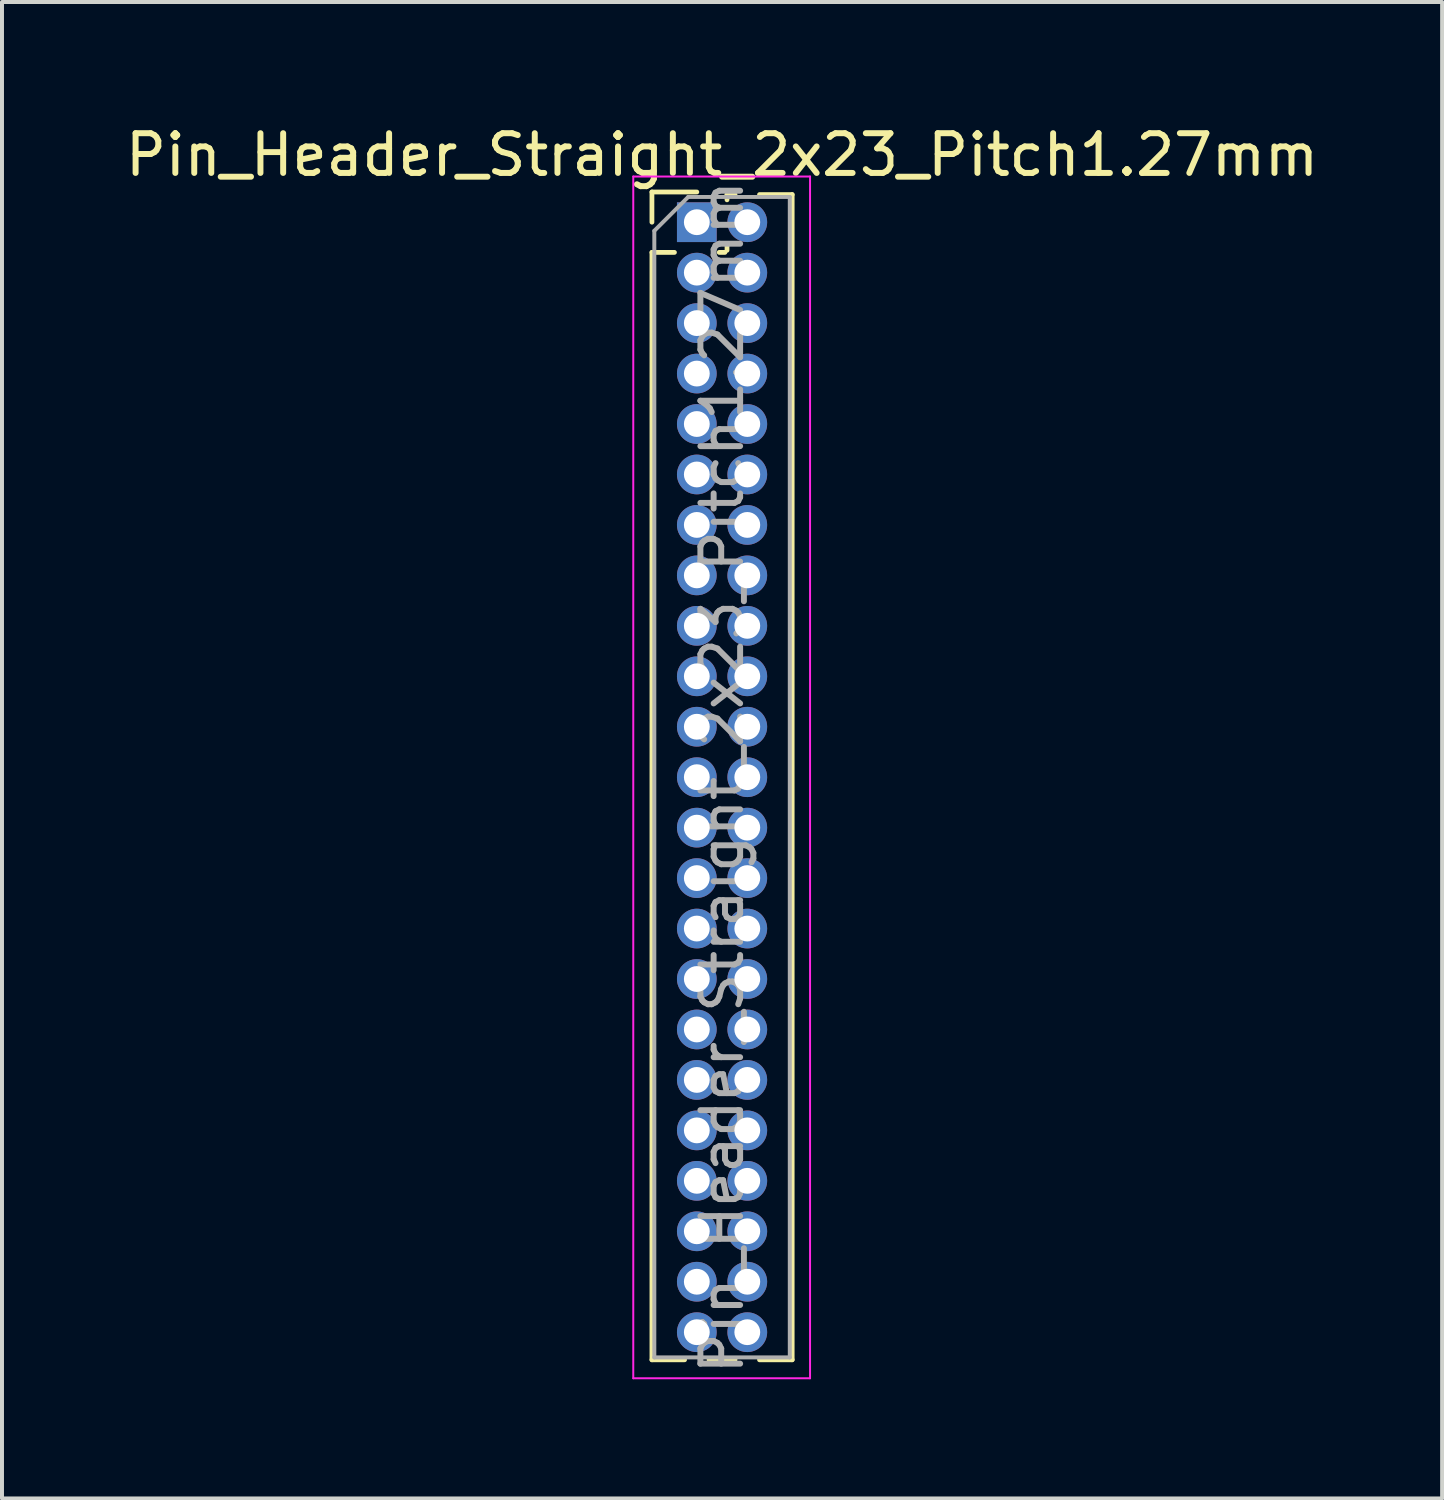
<source format=kicad_pcb>
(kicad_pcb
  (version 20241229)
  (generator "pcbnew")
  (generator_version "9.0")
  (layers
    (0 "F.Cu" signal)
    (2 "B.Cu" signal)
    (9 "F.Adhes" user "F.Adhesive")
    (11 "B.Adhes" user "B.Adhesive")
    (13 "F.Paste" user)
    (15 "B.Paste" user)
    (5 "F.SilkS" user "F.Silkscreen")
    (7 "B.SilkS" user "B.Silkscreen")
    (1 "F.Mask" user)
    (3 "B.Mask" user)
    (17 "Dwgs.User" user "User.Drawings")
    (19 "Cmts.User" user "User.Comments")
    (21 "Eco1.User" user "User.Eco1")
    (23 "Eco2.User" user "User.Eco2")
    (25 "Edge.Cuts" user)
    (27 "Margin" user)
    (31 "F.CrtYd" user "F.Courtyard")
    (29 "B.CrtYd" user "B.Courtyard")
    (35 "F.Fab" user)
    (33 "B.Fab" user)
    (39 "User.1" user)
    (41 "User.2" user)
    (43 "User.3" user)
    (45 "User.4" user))
  (footprint "Pin_Header_Straight_2x23_Pitch1.27mm"
    (layer "F.Cu")
    (at 14.49 2.543)
    (property "Reference" "Pin_Header_Straight_2x23_Pitch1.27mm" (at 0.635 -1.695 0) (layer "F.SilkS") (effects (font (size 1 1) (thickness 0.15))))
    (attr through_hole)
    (fp_line (start -1.13 -0.76) (end 0 -0.76) (stroke (width 0.12) (type solid)) (layer "F.SilkS"))
    (fp_line (start -1.13 0) (end -1.13 -0.76) (stroke (width 0.12) (type solid)) (layer "F.SilkS"))
    (fp_line (start -1.13 0.76) (end -1.13 28.635) (stroke (width 0.12) (type solid)) (layer "F.SilkS"))
    (fp_line (start -1.13 0.76) (end -0.563 0.76) (stroke (width 0.12) (type solid)) (layer "F.SilkS"))
    (fp_line (start -1.13 28.635) (end -0.308 28.635) (stroke (width 0.12) (type solid)) (layer "F.SilkS"))
    (fp_line (start 0.308 28.635) (end 0.962 28.635) (stroke (width 0.12) (type solid)) (layer "F.SilkS"))
    (fp_line (start 0.563 0.76) (end 0.707 0.76) (stroke (width 0.12) (type solid)) (layer "F.SilkS"))
    (fp_line (start 0.76 -0.695) (end 0.962 -0.695) (stroke (width 0.12) (type solid)) (layer "F.SilkS"))
    (fp_line (start 0.76 -0.563) (end 0.76 -0.695) (stroke (width 0.12) (type solid)) (layer "F.SilkS"))
    (fp_line (start 0.76 0.707) (end 0.76 0.563) (stroke (width 0.12) (type solid)) (layer "F.SilkS"))
    (fp_line (start 1.578 -0.695) (end 2.4 -0.695) (stroke (width 0.12) (type solid)) (layer "F.SilkS"))
    (fp_line (start 1.578 28.635) (end 2.4 28.635) (stroke (width 0.12) (type solid)) (layer "F.SilkS"))
    (fp_line (start 2.4 -0.695) (end 2.4 28.635) (stroke (width 0.12) (type solid)) (layer "F.SilkS"))
    (fp_line (start -1.6 -1.15) (end -1.6 29.1) (stroke (width 0.05) (type solid)) (layer "F.CrtYd"))
    (fp_line (start -1.6 29.1) (end 2.85 29.1) (stroke (width 0.05) (type solid)) (layer "F.CrtYd"))
    (fp_line (start 2.85 -1.15) (end -1.6 -1.15) (stroke (width 0.05) (type solid)) (layer "F.CrtYd"))
    (fp_line (start 2.85 29.1) (end 2.85 -1.15) (stroke (width 0.05) (type solid)) (layer "F.CrtYd"))
    (fp_line (start -1.07 0.217) (end -0.217 -0.635) (stroke (width 0.1) (type solid)) (layer "F.Fab"))
    (fp_line (start -1.07 28.575) (end -1.07 0.217) (stroke (width 0.1) (type solid)) (layer "F.Fab"))
    (fp_line (start -0.217 -0.635) (end 2.34 -0.635) (stroke (width 0.1) (type solid)) (layer "F.Fab"))
    (fp_line (start 2.34 -0.635) (end 2.34 28.575) (stroke (width 0.1) (type solid)) (layer "F.Fab"))
    (fp_line (start 2.34 28.575) (end -1.07 28.575) (stroke (width 0.1) (type solid)) (layer "F.Fab"))
    (fp_text user "${REFERENCE}" (at 0.635 13.97 90) (layer "F.Fab") (effects (font (size 1 1) (thickness 0.15))))
    (pad "1" thru_hole rect (at 0 0) (size 1 1) (drill 0.65) (layers "*.Cu" "*.Mask"))
    (pad "2" thru_hole oval (at 1.27 0) (size 1 1) (drill 0.65) (layers "*.Cu" "*.Mask"))
    (pad "3" thru_hole oval (at 0 1.27) (size 1 1) (drill 0.65) (layers "*.Cu" "*.Mask"))
    (pad "4" thru_hole oval (at 1.27 1.27) (size 1 1) (drill 0.65) (layers "*.Cu" "*.Mask"))
    (pad "5" thru_hole oval (at 0 2.54) (size 1 1) (drill 0.65) (layers "*.Cu" "*.Mask"))
    (pad "6" thru_hole oval (at 1.27 2.54) (size 1 1) (drill 0.65) (layers "*.Cu" "*.Mask"))
    (pad "7" thru_hole oval (at 0 3.81) (size 1 1) (drill 0.65) (layers "*.Cu" "*.Mask"))
    (pad "8" thru_hole oval (at 1.27 3.81) (size 1 1) (drill 0.65) (layers "*.Cu" "*.Mask"))
    (pad "9" thru_hole oval (at 0 5.08) (size 1 1) (drill 0.65) (layers "*.Cu" "*.Mask"))
    (pad "10" thru_hole oval (at 1.27 5.08) (size 1 1) (drill 0.65) (layers "*.Cu" "*.Mask"))
    (pad "11" thru_hole oval (at 0 6.35) (size 1 1) (drill 0.65) (layers "*.Cu" "*.Mask"))
    (pad "12" thru_hole oval (at 1.27 6.35) (size 1 1) (drill 0.65) (layers "*.Cu" "*.Mask"))
    (pad "13" thru_hole oval (at 0 7.62) (size 1 1) (drill 0.65) (layers "*.Cu" "*.Mask"))
    (pad "14" thru_hole oval (at 1.27 7.62) (size 1 1) (drill 0.65) (layers "*.Cu" "*.Mask"))
    (pad "15" thru_hole oval (at 0 8.89) (size 1 1) (drill 0.65) (layers "*.Cu" "*.Mask"))
    (pad "16" thru_hole oval (at 1.27 8.89) (size 1 1) (drill 0.65) (layers "*.Cu" "*.Mask"))
    (pad "17" thru_hole oval (at 0 10.16) (size 1 1) (drill 0.65) (layers "*.Cu" "*.Mask"))
    (pad "18" thru_hole oval (at 1.27 10.16) (size 1 1) (drill 0.65) (layers "*.Cu" "*.Mask"))
    (pad "19" thru_hole oval (at 0 11.43) (size 1 1) (drill 0.65) (layers "*.Cu" "*.Mask"))
    (pad "20" thru_hole oval (at 1.27 11.43) (size 1 1) (drill 0.65) (layers "*.Cu" "*.Mask"))
    (pad "21" thru_hole oval (at 0 12.7) (size 1 1) (drill 0.65) (layers "*.Cu" "*.Mask"))
    (pad "22" thru_hole oval (at 1.27 12.7) (size 1 1) (drill 0.65) (layers "*.Cu" "*.Mask"))
    (pad "23" thru_hole oval (at 0 13.97) (size 1 1) (drill 0.65) (layers "*.Cu" "*.Mask"))
    (pad "24" thru_hole oval (at 1.27 13.97) (size 1 1) (drill 0.65) (layers "*.Cu" "*.Mask"))
    (pad "25" thru_hole oval (at 0 15.24) (size 1 1) (drill 0.65) (layers "*.Cu" "*.Mask"))
    (pad "26" thru_hole oval (at 1.27 15.24) (size 1 1) (drill 0.65) (layers "*.Cu" "*.Mask"))
    (pad "27" thru_hole oval (at 0 16.51) (size 1 1) (drill 0.65) (layers "*.Cu" "*.Mask"))
    (pad "28" thru_hole oval (at 1.27 16.51) (size 1 1) (drill 0.65) (layers "*.Cu" "*.Mask"))
    (pad "29" thru_hole oval (at 0 17.78) (size 1 1) (drill 0.65) (layers "*.Cu" "*.Mask"))
    (pad "30" thru_hole oval (at 1.27 17.78) (size 1 1) (drill 0.65) (layers "*.Cu" "*.Mask"))
    (pad "31" thru_hole oval (at 0 19.05) (size 1 1) (drill 0.65) (layers "*.Cu" "*.Mask"))
    (pad "32" thru_hole oval (at 1.27 19.05) (size 1 1) (drill 0.65) (layers "*.Cu" "*.Mask"))
    (pad "33" thru_hole oval (at 0 20.32) (size 1 1) (drill 0.65) (layers "*.Cu" "*.Mask"))
    (pad "34" thru_hole oval (at 1.27 20.32) (size 1 1) (drill 0.65) (layers "*.Cu" "*.Mask"))
    (pad "35" thru_hole oval (at 0 21.59) (size 1 1) (drill 0.65) (layers "*.Cu" "*.Mask"))
    (pad "36" thru_hole oval (at 1.27 21.59) (size 1 1) (drill 0.65) (layers "*.Cu" "*.Mask"))
    (pad "37" thru_hole oval (at 0 22.86) (size 1 1) (drill 0.65) (layers "*.Cu" "*.Mask"))
    (pad "38" thru_hole oval (at 1.27 22.86) (size 1 1) (drill 0.65) (layers "*.Cu" "*.Mask"))
    (pad "39" thru_hole oval (at 0 24.13) (size 1 1) (drill 0.65) (layers "*.Cu" "*.Mask"))
    (pad "40" thru_hole oval (at 1.27 24.13) (size 1 1) (drill 0.65) (layers "*.Cu" "*.Mask"))
    (pad "41" thru_hole oval (at 0 25.4) (size 1 1) (drill 0.65) (layers "*.Cu" "*.Mask"))
    (pad "42" thru_hole oval (at 1.27 25.4) (size 1 1) (drill 0.65) (layers "*.Cu" "*.Mask"))
    (pad "43" thru_hole oval (at 0 26.67) (size 1 1) (drill 0.65) (layers "*.Cu" "*.Mask"))
    (pad "44" thru_hole oval (at 1.27 26.67) (size 1 1) (drill 0.65) (layers "*.Cu" "*.Mask"))
    (pad "45" thru_hole oval (at 0 27.94) (size 1 1) (drill 0.65) (layers "*.Cu" "*.Mask"))
    (pad "46" thru_hole oval (at 1.27 27.94) (size 1 1) (drill 0.65) (layers "*.Cu" "*.Mask")))
  (gr_rect
    (start -3 -3)
    (end 33.25 34.668)
    (stroke (width 0.1) (type default))
    (fill no)
    (layer "Edge.Cuts")))
</source>
